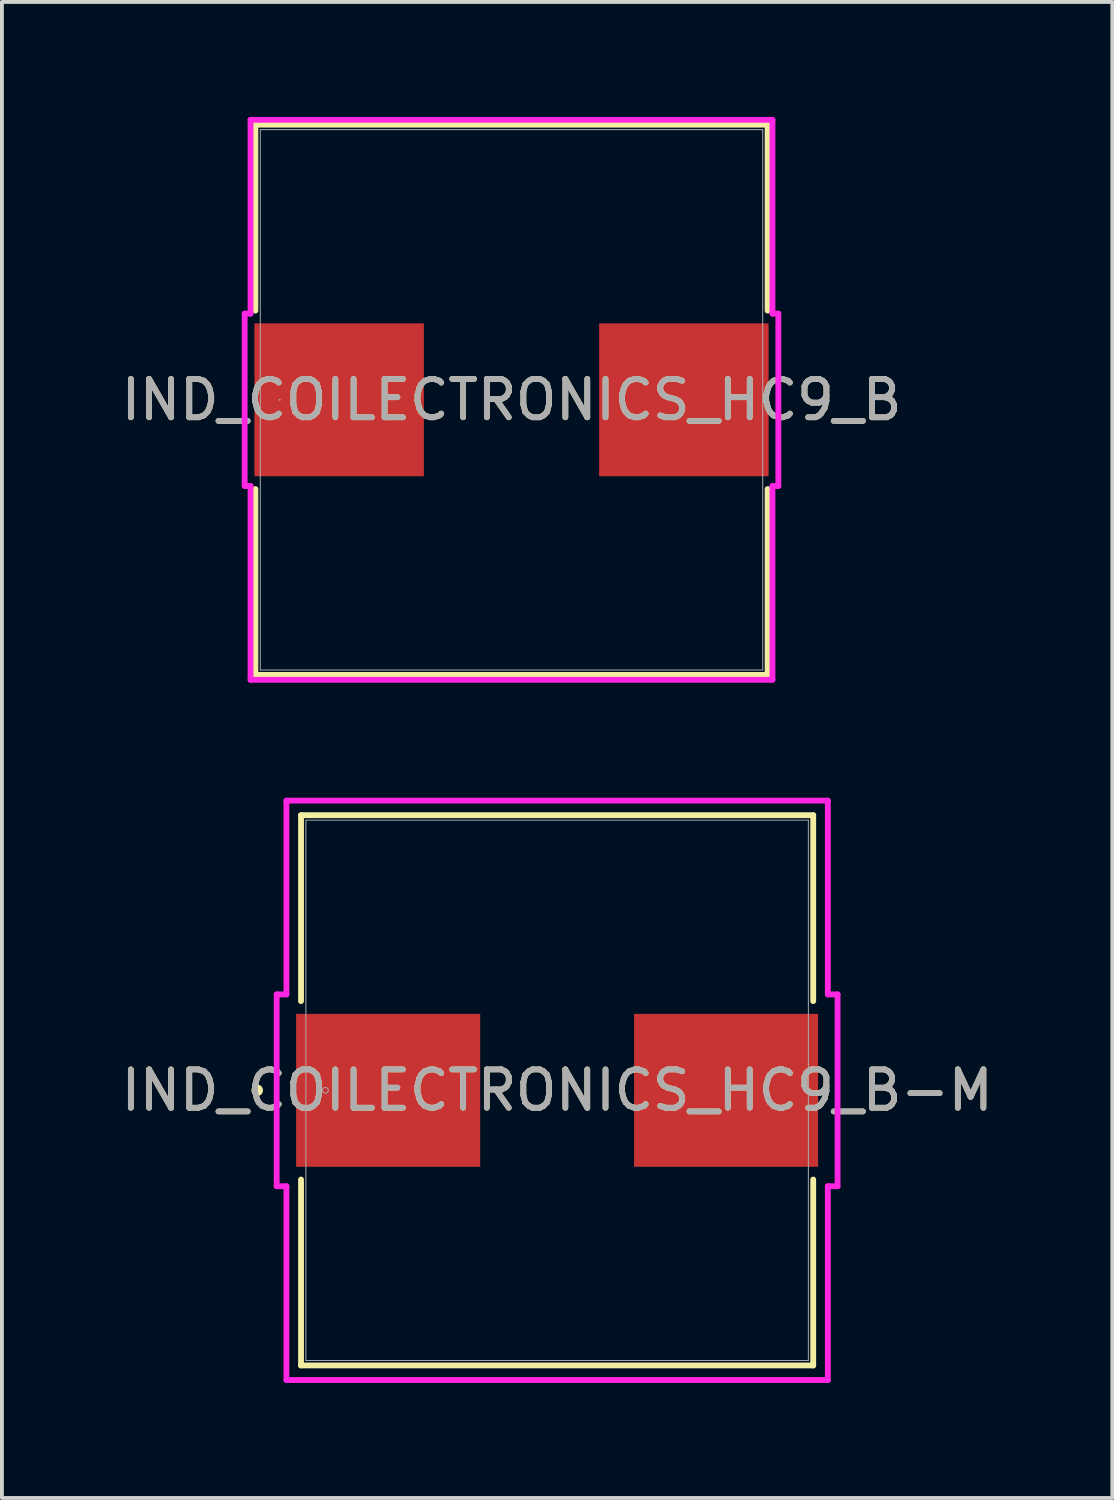
<source format=kicad_pcb>
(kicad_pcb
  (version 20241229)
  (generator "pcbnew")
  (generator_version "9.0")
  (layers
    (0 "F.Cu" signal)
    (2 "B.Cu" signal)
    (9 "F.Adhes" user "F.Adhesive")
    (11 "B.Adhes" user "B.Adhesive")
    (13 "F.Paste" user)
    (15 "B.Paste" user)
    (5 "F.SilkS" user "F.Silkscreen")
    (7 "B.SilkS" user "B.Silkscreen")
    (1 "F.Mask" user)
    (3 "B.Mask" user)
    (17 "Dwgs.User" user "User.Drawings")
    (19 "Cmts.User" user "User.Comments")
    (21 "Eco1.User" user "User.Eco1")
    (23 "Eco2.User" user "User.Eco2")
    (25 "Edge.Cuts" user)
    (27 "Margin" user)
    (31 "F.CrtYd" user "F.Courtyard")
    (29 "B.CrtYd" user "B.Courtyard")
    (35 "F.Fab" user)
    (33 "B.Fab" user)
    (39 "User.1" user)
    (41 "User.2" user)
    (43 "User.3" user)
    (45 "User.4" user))
  (footprint "IND_COILECTRONICS_HC9_B"
    (layer "F.Cu")
    (at 10.292 7.379)
    (property "Reference" "IND_COILECTRONICS_HC9_B" (at 0 0 0) (unlocked yes) (layer "F.SilkS") (effects (font (size 1 1) (thickness 0.15))))
    (attr smd)
    (fp_line (start -6.68 -7.176) (end -6.68 -2.327) (stroke (width 0.152) (type solid)) (layer "F.SilkS"))
    (fp_line (start -6.68 2.327) (end -6.68 7.176) (stroke (width 0.152) (type solid)) (layer "F.SilkS"))
    (fp_line (start -6.68 7.176) (end 6.68 7.176) (stroke (width 0.152) (type solid)) (layer "F.SilkS"))
    (fp_line (start 6.68 -7.176) (end -6.68 -7.176) (stroke (width 0.152) (type solid)) (layer "F.SilkS"))
    (fp_line (start 6.68 -2.327) (end 6.68 -7.176) (stroke (width 0.152) (type solid)) (layer "F.SilkS"))
    (fp_line (start 6.68 7.176) (end 6.68 2.327) (stroke (width 0.152) (type solid)) (layer "F.SilkS"))
    (fp_line (start -6.96 -2.248) (end -6.807 -2.248) (stroke (width 0.152) (type solid)) (layer "F.CrtYd"))
    (fp_line (start -6.96 2.248) (end -6.96 -2.248) (stroke (width 0.152) (type solid)) (layer "F.CrtYd"))
    (fp_line (start -6.807 -7.303) (end 6.807 -7.303) (stroke (width 0.152) (type solid)) (layer "F.CrtYd"))
    (fp_line (start -6.807 -2.248) (end -6.807 -7.303) (stroke (width 0.152) (type solid)) (layer "F.CrtYd"))
    (fp_line (start -6.807 2.248) (end -6.96 2.248) (stroke (width 0.152) (type solid)) (layer "F.CrtYd"))
    (fp_line (start -6.807 7.303) (end -6.807 2.248) (stroke (width 0.152) (type solid)) (layer "F.CrtYd"))
    (fp_line (start 6.807 -7.303) (end 6.807 -2.248) (stroke (width 0.152) (type solid)) (layer "F.CrtYd"))
    (fp_line (start 6.807 -2.248) (end 6.96 -2.248) (stroke (width 0.152) (type solid)) (layer "F.CrtYd"))
    (fp_line (start 6.807 2.248) (end 6.807 7.303) (stroke (width 0.152) (type solid)) (layer "F.CrtYd"))
    (fp_line (start 6.807 7.303) (end -6.807 7.303) (stroke (width 0.152) (type solid)) (layer "F.CrtYd"))
    (fp_line (start 6.96 -2.248) (end 6.96 2.248) (stroke (width 0.152) (type solid)) (layer "F.CrtYd"))
    (fp_line (start 6.96 2.248) (end 6.807 2.248) (stroke (width 0.152) (type solid)) (layer "F.CrtYd"))
    (fp_line (start -6.553 -7.048) (end -6.553 7.048) (stroke (width 0.025) (type solid)) (layer "F.Fab"))
    (fp_line (start -6.553 7.048) (end 6.553 7.048) (stroke (width 0.025) (type solid)) (layer "F.Fab"))
    (fp_line (start 6.553 -7.048) (end -6.553 -7.048) (stroke (width 0.025) (type solid)) (layer "F.Fab"))
    (fp_line (start 6.553 7.048) (end 6.553 -7.048) (stroke (width 0.025) (type solid)) (layer "F.Fab"))
    (fp_circle (center -6.045 0) (end -6.045 0) (stroke (width 0.025) (type solid)) (fill no) (layer "F.Fab"))
    (fp_text user "${REFERENCE}" (at 0 0 0) (unlocked yes) (layer "F.Fab") (effects (font (size 1 1) (thickness 0.15))))
    (pad "1" smd rect (at -4.496 0 90) (size 3.988 4.42) (layers "F.Cu" "F.Mask" "F.Paste"))
    (pad "2" smd rect (at 4.496 0 90) (size 3.988 4.42) (layers "F.Cu" "F.Mask" "F.Paste"))
    (zone (net_name "") (layer "F.Cu") (hatch full 0.508) (connect_pads) (min_thickness 0.254) (filled_areas_thickness no) (keepout (tracks not_allowed) (vias not_allowed) (pads allowed) (copperpour not_allowed) (footprints allowed)) (placement (enabled no)) (fill) (polygon (pts (xy 3.789 0.381) (xy 16.794 0.381) (xy 16.794 5.334) (xy 3.789 5.334))))
    (zone (net_name "") (layer "F.Cu") (hatch full 0.508) (connect_pads) (min_thickness 0.254) (filled_areas_thickness no) (keepout (tracks not_allowed) (vias not_allowed) (pads allowed) (copperpour not_allowed) (footprints allowed)) (placement (enabled no)) (fill) (polygon (pts (xy 3.789 9.423) (xy 16.794 9.423) (xy 16.794 14.376) (xy 3.789 14.376))))
    (zone (net_name "") (layer "F.Cu") (hatch full 0.508) (connect_pads) (min_thickness 0.254) (filled_areas_thickness no) (keepout (tracks not_allowed) (vias not_allowed) (pads allowed) (copperpour not_allowed) (footprints allowed)) (placement (enabled no)) (fill) (polygon (pts (xy 8.056 5.334) (xy 12.527 5.334) (xy 12.527 9.423) (xy 8.056 9.423)))))
  (footprint "IND_COILECTRONICS_HC9_B-M"
    (layer "F.Cu")
    (at 11.482 25.39)
    (property "Reference" "IND_COILECTRONICS_HC9_B-M" (at 0 0 0) (unlocked yes) (layer "F.SilkS") (effects (font (size 1 1) (thickness 0.15))))
    (attr smd)
    (fp_line (start -6.68 -7.176) (end -6.68 -2.327) (stroke (width 0.152) (type solid)) (layer "F.SilkS"))
    (fp_line (start -6.68 2.327) (end -6.68 7.176) (stroke (width 0.152) (type solid)) (layer "F.SilkS"))
    (fp_line (start -6.68 7.176) (end 6.68 7.176) (stroke (width 0.152) (type solid)) (layer "F.SilkS"))
    (fp_line (start 6.68 -7.176) (end -6.68 -7.176) (stroke (width 0.152) (type solid)) (layer "F.SilkS"))
    (fp_line (start 6.68 -2.327) (end 6.68 -7.176) (stroke (width 0.152) (type solid)) (layer "F.SilkS"))
    (fp_line (start 6.68 7.176) (end 6.68 2.327) (stroke (width 0.152) (type solid)) (layer "F.SilkS"))
    (fp_circle (center -7.823 0) (end -7.747 0) (stroke (width 0.152) (type solid)) (fill no) (layer "F.SilkS"))
    (fp_line (start -7.315 -2.502) (end -7.061 -2.502) (stroke (width 0.152) (type solid)) (layer "F.CrtYd"))
    (fp_line (start -7.315 2.502) (end -7.315 -2.502) (stroke (width 0.152) (type solid)) (layer "F.CrtYd"))
    (fp_line (start -7.061 -7.556) (end 7.061 -7.556) (stroke (width 0.152) (type solid)) (layer "F.CrtYd"))
    (fp_line (start -7.061 -2.502) (end -7.061 -7.556) (stroke (width 0.152) (type solid)) (layer "F.CrtYd"))
    (fp_line (start -7.061 2.502) (end -7.315 2.502) (stroke (width 0.152) (type solid)) (layer "F.CrtYd"))
    (fp_line (start -7.061 7.556) (end -7.061 2.502) (stroke (width 0.152) (type solid)) (layer "F.CrtYd"))
    (fp_line (start 7.061 -7.556) (end 7.061 -2.502) (stroke (width 0.152) (type solid)) (layer "F.CrtYd"))
    (fp_line (start 7.061 -2.502) (end 7.315 -2.502) (stroke (width 0.152) (type solid)) (layer "F.CrtYd"))
    (fp_line (start 7.061 2.502) (end 7.061 7.556) (stroke (width 0.152) (type solid)) (layer "F.CrtYd"))
    (fp_line (start 7.061 7.556) (end -7.061 7.556) (stroke (width 0.152) (type solid)) (layer "F.CrtYd"))
    (fp_line (start 7.315 -2.502) (end 7.315 2.502) (stroke (width 0.152) (type solid)) (layer "F.CrtYd"))
    (fp_line (start 7.315 2.502) (end 7.061 2.502) (stroke (width 0.152) (type solid)) (layer "F.CrtYd"))
    (fp_line (start -6.553 -7.048) (end -6.553 7.048) (stroke (width 0.025) (type solid)) (layer "F.Fab"))
    (fp_line (start -6.553 7.048) (end 6.553 7.048) (stroke (width 0.025) (type solid)) (layer "F.Fab"))
    (fp_line (start 6.553 -7.048) (end -6.553 -7.048) (stroke (width 0.025) (type solid)) (layer "F.Fab"))
    (fp_line (start 6.553 7.048) (end 6.553 -7.048) (stroke (width 0.025) (type solid)) (layer "F.Fab"))
    (fp_circle (center -6.045 0) (end -5.969 0) (stroke (width 0.025) (type solid)) (fill no) (layer "F.Fab"))
    (fp_text user "${REFERENCE}" (at 0 0 0) (unlocked yes) (layer "F.Fab") (effects (font (size 1 1) (thickness 0.15))))
    (pad "1" smd rect (at -4.407 0 90) (size 3.988 4.801) (layers "F.Cu" "F.Mask" "F.Paste"))
    (pad "2" smd rect (at 4.407 0 90) (size 3.988 4.801) (layers "F.Cu" "F.Mask" "F.Paste"))
    (zone (net_name "") (layer "F.Cu") (hatch full 0.508) (connect_pads) (min_thickness 0.254) (filled_areas_thickness no) (keepout (tracks not_allowed) (vias not_allowed) (pads allowed) (copperpour not_allowed) (footprints allowed)) (placement (enabled no)) (fill) (polygon (pts (xy 4.98 18.392) (xy 17.985 18.392) (xy 17.985 23.345) (xy 4.98 23.345))))
    (zone (net_name "") (layer "F.Cu") (hatch full 0.508) (connect_pads) (min_thickness 0.254) (filled_areas_thickness no) (keepout (tracks not_allowed) (vias not_allowed) (pads allowed) (copperpour not_allowed) (footprints allowed)) (placement (enabled no)) (fill) (polygon (pts (xy 4.98 27.435) (xy 17.985 27.435) (xy 17.985 32.388) (xy 4.98 32.388))))
    (zone (net_name "") (layer "F.Cu") (hatch full 0.508) (connect_pads) (min_thickness 0.254) (filled_areas_thickness no) (keepout (tracks not_allowed) (vias not_allowed) (pads allowed) (copperpour not_allowed) (footprints allowed)) (placement (enabled no)) (fill) (polygon (pts (xy 9.526 23.345) (xy 13.438 23.345) (xy 13.438 27.435) (xy 9.526 27.435)))))
  (gr_rect
    (start -3 -3)
    (end 25.964 36.023)
    (stroke (width 0.1) (type default))
    (fill no)
    (layer "Edge.Cuts")))
</source>
